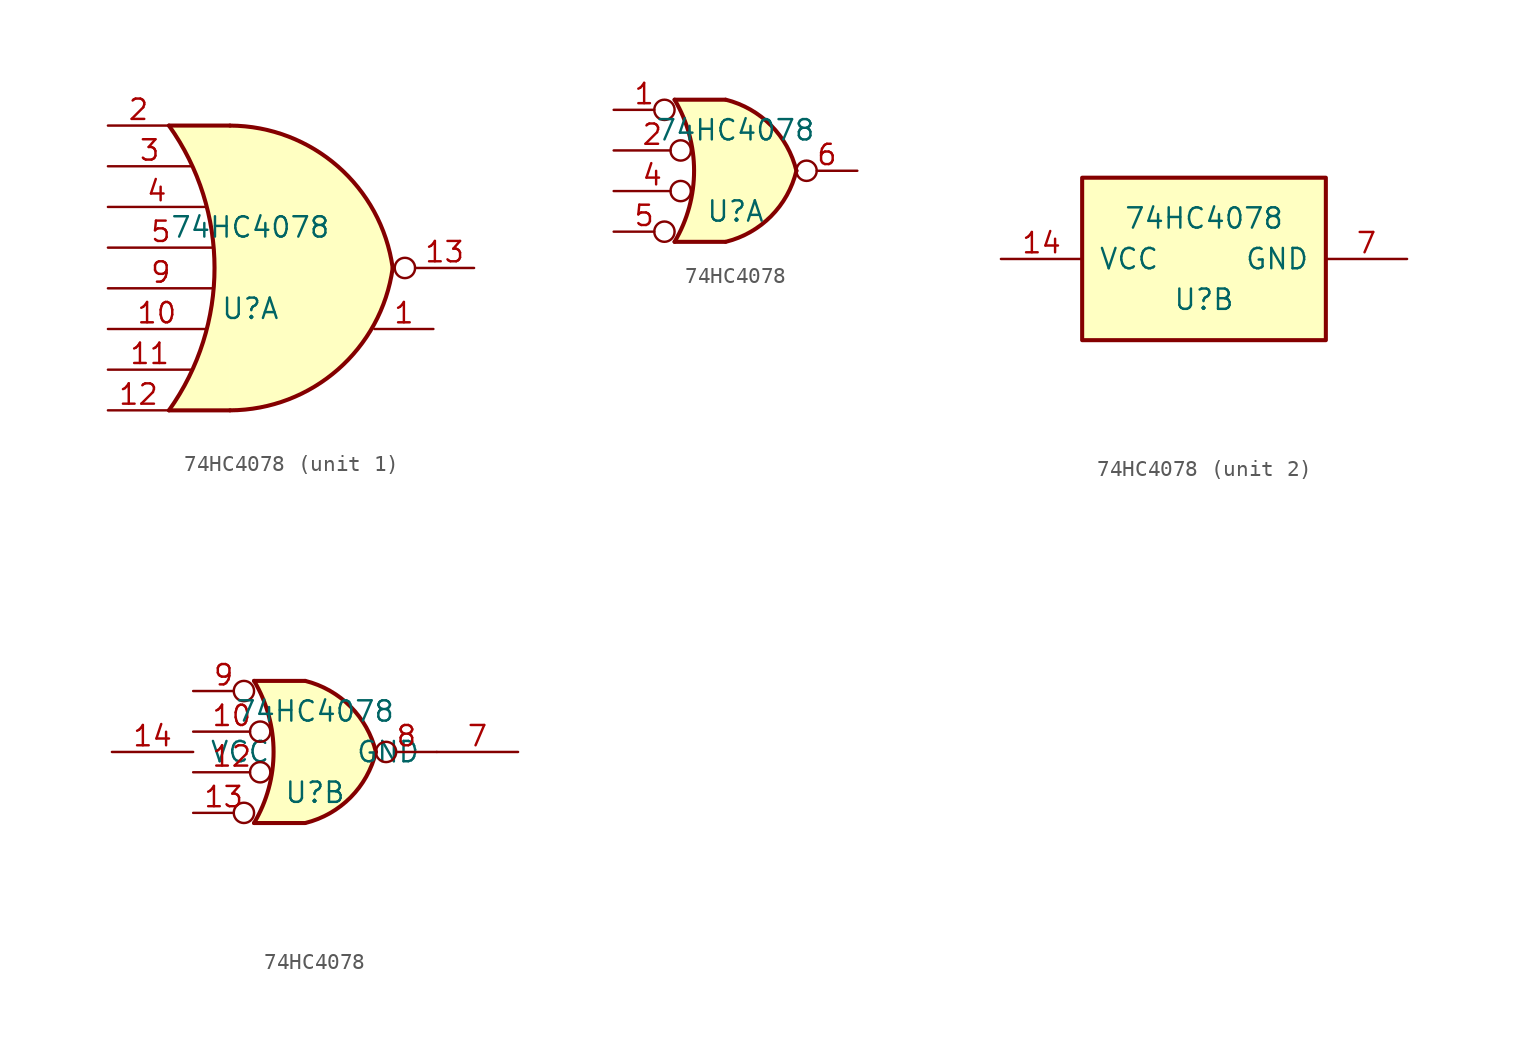
<source format=kicad_sym>
(kicad_symbol_lib
  (version 20211014)
  (generator kicad_symbol_editor)
  (symbol "74HC4078"
    (pin_names
      (offset 1.016))
    (property "Reference" "U"
      (at 0 -2.54 0)
      (effects (font (size 1.27 1.27))))
    (property "Value" "74HC4078"
      (at 0 2.54 0)
      (effects (font (size 1.27 1.27))))
    (property "ki_locked" ""
      (at 0 0 0)
      (effects (font (size 1.27 1.27))))
    (symbol "74HC4078_1_1"
      (arc (start -5.08 -8.89) (mid -2.2344 0) (end -5.08 8.89) (stroke (width 0.254) (type default) (color 0 0 0 0)) (fill (type none)))
      (arc (start -1.27 -8.89) (mid 5.4687 -6.3407) (end 8.89 0) (stroke (width 0.254) (type default) (color 0 0 0 0)) (fill (type background)))
      (polyline (pts (xy -5.08 -8.89) (xy -1.27 -8.89)) (stroke (width 0.254) (type default) (color 0 0 0 0)) (fill (type background)))
      (polyline (pts (xy -5.08 8.89) (xy -1.27 8.89)) (stroke (width 0.254) (type default) (color 0 0 0 0)) (fill (type background)))
      (polyline (pts (xy -1.27 8.89) (xy -5.08 8.89) (xy -5.08 8.89) (xy -3.81 6.858) (xy -3.048 5.334) (xy -2.54 2.54) (xy -2.286 0) (xy -2.54 -3.175) (xy -3.556 -6.096) (xy -5.08 -8.89) (xy -5.08 -8.89) (xy -1.27 -8.89)) (stroke (width -25.4) (type default) (color 0 0 0 0)) (fill (type background)))
      (arc (start 8.89 0) (mid 5.4684 6.3402) (end -1.27 8.89) (stroke (width 0.254) (type default) (color 0 0 0 0)) (fill (type background)))
      (circle (center 9.652 0) (radius 0.635) (stroke (width 0) (type default) (color 0 0 0 0)) (fill (type none)))
      (pin output line (at 11.43 -3.81 180) (length 3.683) (name "~" (effects (font (size 1.27 1.27)))) (number "1" (effects (font (size 1.27 1.27)))))
      (pin input line (at -8.89 -3.81 0) (length 6.096) (name "~" (effects (font (size 1.27 1.27)))) (number "10" (effects (font (size 1.27 1.27)))))
      (pin input line (at -8.89 -6.35 0) (length 5.207) (name "~" (effects (font (size 1.27 1.27)))) (number "11" (effects (font (size 1.27 1.27)))))
      (pin input line (at -8.89 -8.89 0) (length 3.81) (name "~" (effects (font (size 1.27 1.27)))) (number "12" (effects (font (size 1.27 1.27)))))
      (pin output line (at 13.97 0 180) (length 3.683) (name "~" (effects (font (size 1.27 1.27)))) (number "13" (effects (font (size 1.27 1.27)))))
      (pin input line (at -8.89 8.89 0) (length 3.81) (name "~" (effects (font (size 1.27 1.27)))) (number "2" (effects (font (size 1.27 1.27)))))
      (pin input line (at -8.89 6.35 0) (length 5.207) (name "~" (effects (font (size 1.27 1.27)))) (number "3" (effects (font (size 1.27 1.27)))))
      (pin input line (at -8.89 3.81 0) (length 6.096) (name "~" (effects (font (size 1.27 1.27)))) (number "4" (effects (font (size 1.27 1.27)))))
      (pin input line (at -8.89 1.27 0) (length 6.604) (name "~" (effects (font (size 1.27 1.27)))) (number "5" (effects (font (size 1.27 1.27)))))
      (pin input line (at -8.89 -1.27 0) (length 6.604) (name "~" (effects (font (size 1.27 1.27)))) (number "9" (effects (font (size 1.27 1.27))))))
    (symbol "74HC4078_1_2"
      (arc (start -3.81 -4.445) (mid -2.5908 0) (end -3.81 4.445) (stroke (width 0.254) (type default) (color 0 0 0 0)) (fill (type none)))
      (arc (start -0.6096 -4.445) (mid 2.2246 -2.8422) (end 3.81 0) (stroke (width 0.254) (type default) (color 0 0 0 0)) (fill (type background)))
      (polyline (pts (xy -3.81 -4.445) (xy -0.635 -4.445)) (stroke (width 0.254) (type default) (color 0 0 0 0)) (fill (type background)))
      (polyline (pts (xy -3.81 4.445) (xy -0.635 4.445)) (stroke (width 0.254) (type default) (color 0 0 0 0)) (fill (type background)))
      (polyline (pts (xy -0.635 4.445) (xy -3.81 4.445) (xy -3.81 4.445) (xy -3.632 4.089) (xy -3.099 2.921) (xy -2.769 1.676) (xy -2.616 0.432) (xy -2.642 -0.864) (xy -2.87 -2.108) (xy -3.251 -3.327) (xy -3.81 -4.445) (xy -3.81 -4.445) (xy -0.635 -4.445)) (stroke (width -25.4) (type default) (color 0 0 0 0)) (fill (type background)))
      (arc (start 3.81 0) (mid 2.2204 2.8379) (end -0.6096 4.445) (stroke (width 0.254) (type default) (color 0 0 0 0)) (fill (type background)))
      (pin input inverted (at -7.62 3.81 0) (length 3.81) (name "~" (effects (font (size 1.27 1.27)))) (number "1" (effects (font (size 1.27 1.27)))))
      (pin input inverted (at -7.62 1.27 0) (length 4.826) (name "~" (effects (font (size 1.27 1.27)))) (number "2" (effects (font (size 1.27 1.27)))))
      (pin input inverted (at -7.62 -1.27 0) (length 4.826) (name "~" (effects (font (size 1.27 1.27)))) (number "4" (effects (font (size 1.27 1.27)))))
      (pin input inverted (at -7.62 -3.81 0) (length 3.81) (name "~" (effects (font (size 1.27 1.27)))) (number "5" (effects (font (size 1.27 1.27)))))
      (pin output inverted (at 7.62 0 180) (length 3.81) (name "~" (effects (font (size 1.27 1.27)))) (number "6" (effects (font (size 1.27 1.27))))))
    (symbol "74HC4078_2_0"
      (pin power_in line (at -12.7 0 0) (length 5.08) (name "VCC" (effects (font (size 1.27 1.27)))) (number "14" (effects (font (size 1.27 1.27)))))
      (pin no_connect line (at 0 -10.16 90) (length 5.08) hide (name "~" (effects (font (size 1.27 1.27)))) (number "6" (effects (font (size 1.27 1.27)))))
      (pin power_in line (at 12.7 0 180) (length 5.08) (name "GND" (effects (font (size 1.27 1.27)))) (number "7" (effects (font (size 1.27 1.27)))))
      (pin no_connect line (at 0 10.16 270) (length 5.08) hide (name "~" (effects (font (size 1.27 1.27)))) (number "8" (effects (font (size 1.27 1.27))))))
    (symbol "74HC4078_2_1"
      (rectangle (start -7.62 -5.08) (end 7.62 5.08) (stroke (width 0.254) (type default) (color 0 0 0 0)) (fill (type background))))
    (symbol "74HC4078_2_2"
      (arc (start -3.81 -4.445) (mid -2.5908 0) (end -3.81 4.445) (stroke (width 0.254) (type default) (color 0 0 0 0)) (fill (type none)))
      (arc (start -0.6096 -4.445) (mid 2.2246 -2.8422) (end 3.81 0) (stroke (width 0.254) (type default) (color 0 0 0 0)) (fill (type background)))
      (polyline (pts (xy -3.81 -4.445) (xy -0.635 -4.445)) (stroke (width 0.254) (type default) (color 0 0 0 0)) (fill (type background)))
      (polyline (pts (xy -3.81 4.445) (xy -0.635 4.445)) (stroke (width 0.254) (type default) (color 0 0 0 0)) (fill (type background)))
      (polyline (pts (xy -0.635 4.445) (xy -3.81 4.445) (xy -3.81 4.445) (xy -3.632 4.089) (xy -3.099 2.921) (xy -2.769 1.676) (xy -2.616 0.432) (xy -2.642 -0.864) (xy -2.87 -2.108) (xy -3.251 -3.327) (xy -3.81 -4.445) (xy -3.81 -4.445) (xy -0.635 -4.445)) (stroke (width -25.4) (type default) (color 0 0 0 0)) (fill (type background)))
      (arc (start 3.81 0) (mid 2.2204 2.8379) (end -0.6096 4.445) (stroke (width 0.254) (type default) (color 0 0 0 0)) (fill (type background)))
      (pin input inverted (at -7.62 1.27 0) (length 4.826) (name "~" (effects (font (size 1.27 1.27)))) (number "10" (effects (font (size 1.27 1.27)))))
      (pin input inverted (at -7.62 -1.27 0) (length 4.826) (name "~" (effects (font (size 1.27 1.27)))) (number "12" (effects (font (size 1.27 1.27)))))
      (pin input inverted (at -7.62 -3.81 0) (length 3.81) (name "~" (effects (font (size 1.27 1.27)))) (number "13" (effects (font (size 1.27 1.27)))))
      (pin output inverted (at 7.62 0 180) (length 3.81) (name "~" (effects (font (size 1.27 1.27)))) (number "8" (effects (font (size 1.27 1.27)))))
      (pin input inverted (at -7.62 3.81 0) (length 3.81) (name "~" (effects (font (size 1.27 1.27)))) (number "9" (effects (font (size 1.27 1.27))))))))
</source>
